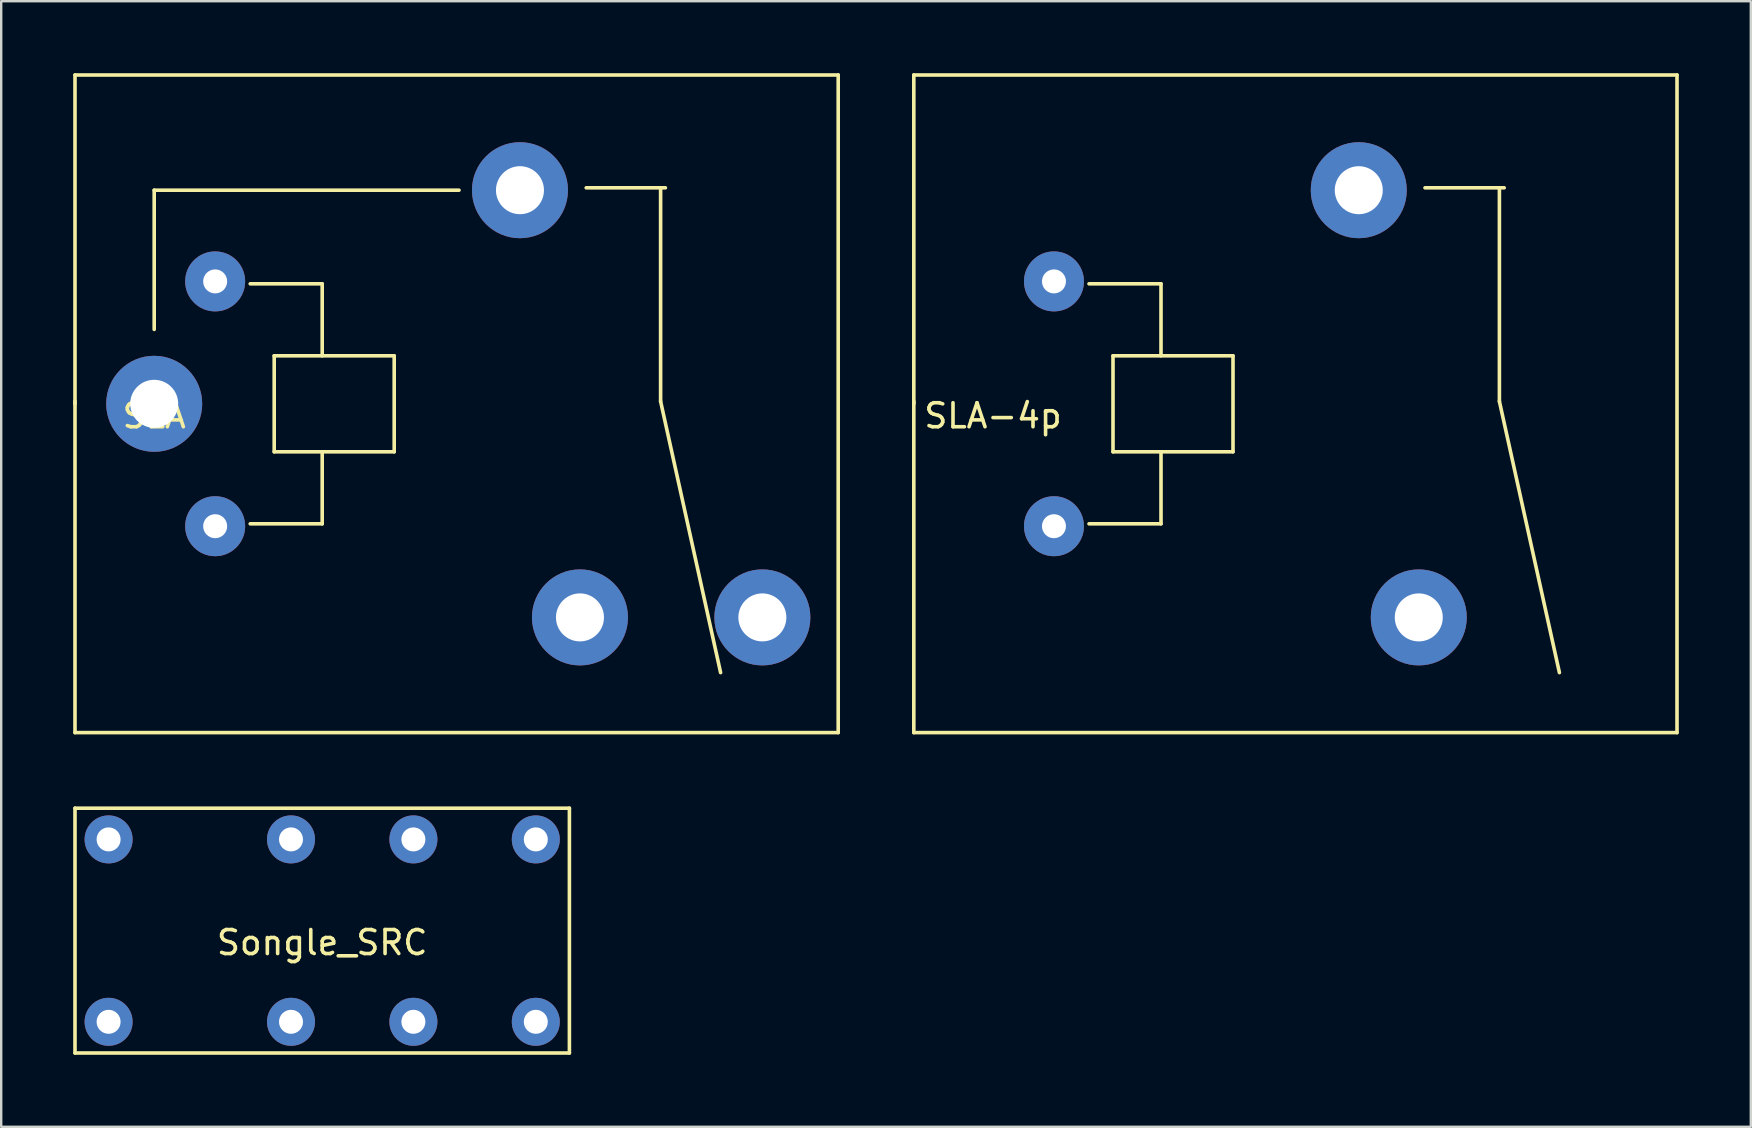
<source format=kicad_pcb>
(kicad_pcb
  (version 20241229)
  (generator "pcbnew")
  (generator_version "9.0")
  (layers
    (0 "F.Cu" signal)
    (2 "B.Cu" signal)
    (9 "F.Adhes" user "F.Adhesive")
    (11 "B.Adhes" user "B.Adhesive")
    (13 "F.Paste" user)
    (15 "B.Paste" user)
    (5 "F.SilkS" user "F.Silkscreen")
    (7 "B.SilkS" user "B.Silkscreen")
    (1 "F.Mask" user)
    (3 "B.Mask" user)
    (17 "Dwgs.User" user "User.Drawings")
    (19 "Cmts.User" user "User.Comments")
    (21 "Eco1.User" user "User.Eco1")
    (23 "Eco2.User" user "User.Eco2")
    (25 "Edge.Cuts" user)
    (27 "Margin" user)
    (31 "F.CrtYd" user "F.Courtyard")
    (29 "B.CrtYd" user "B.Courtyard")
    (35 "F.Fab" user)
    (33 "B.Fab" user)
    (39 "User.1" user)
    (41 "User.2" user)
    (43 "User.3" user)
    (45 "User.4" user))
  (footprint "Songle_SRC"
    (layer "F.Cu")
    (at 10.375 35.725)
    (property "Reference" "Songle_SRC" (at 0 0.5 0) (layer "F.SilkS") (effects (font (size 1 1) (thickness 0.15))))
    (attr through_hole)
    (fp_line (start -10.3 -5.1) (end 10.3 -5.1) (stroke (width 0.15) (type solid)) (layer "F.SilkS"))
    (fp_line (start -10.3 5.1) (end -10.3 -5.1) (stroke (width 0.15) (type solid)) (layer "F.SilkS"))
    (fp_line (start 10.3 -5.1) (end 10.3 5.1) (stroke (width 0.15) (type solid)) (layer "F.SilkS"))
    (fp_line (start 10.3 5.1) (end -10.3 5.1) (stroke (width 0.15) (type solid)) (layer "F.SilkS"))
    (pad "1" thru_hole circle (at -8.9 -3.8) (size 2 2) (drill 1) (layers "*.Cu" "*.Mask"))
    (pad "2" thru_hole circle (at -8.9 3.8) (size 2 2) (drill 1) (layers "*.Cu" "*.Mask"))
    (pad "3" thru_hole circle (at -1.3 -3.8) (size 2 2) (drill 1) (layers "*.Cu" "*.Mask"))
    (pad "4" thru_hole circle (at 3.8 -3.8) (size 2 2) (drill 1) (layers "*.Cu" "*.Mask"))
    (pad "5" thru_hole circle (at 8.9 -3.8) (size 2 2) (drill 1) (layers "*.Cu" "*.Mask"))
    (pad "6" thru_hole circle (at -1.3 3.8) (size 2 2) (drill 1) (layers "*.Cu" "*.Mask"))
    (pad "7" thru_hole circle (at 3.8 3.8) (size 2 2) (drill 1) (layers "*.Cu" "*.Mask"))
    (pad "8" thru_hole circle (at 8.9 3.8) (size 2 2) (drill 1) (layers "*.Cu" "*.Mask")))
  (footprint "SLA"
    (layer "F.Cu")
    (at 3.375 13.775)
    (property "Reference" "SLA" (at 0 0.5 0) (layer "F.SilkS") (effects (font (size 1 1) (thickness 0.15))))
    (attr through_hole)
    (fp_line (start -3.3 -13.7) (end 28.5 -13.7) (stroke (width 0.15) (type solid)) (layer "F.SilkS"))
    (fp_line (start -3.3 0) (end -3.3 -13.7) (stroke (width 0.15) (type solid)) (layer "F.SilkS"))
    (fp_line (start -3.3 13.7) (end -3.3 -0.1) (stroke (width 0.15) (type solid)) (layer "F.SilkS"))
    (fp_line (start 0 -8.9) (end 12.7 -8.9) (stroke (width 0.15) (type solid)) (layer "F.SilkS"))
    (fp_line (start 0 -3.1) (end 0 -8.9) (stroke (width 0.15) (type solid)) (layer "F.SilkS"))
    (fp_line (start 4 -5) (end 7 -5) (stroke (width 0.15) (type solid)) (layer "F.SilkS"))
    (fp_line (start 5 -2) (end 10 -2) (stroke (width 0.15) (type solid)) (layer "F.SilkS"))
    (fp_line (start 5 2) (end 5 -2) (stroke (width 0.15) (type solid)) (layer "F.SilkS"))
    (fp_line (start 7 -5) (end 7 -2) (stroke (width 0.15) (type solid)) (layer "F.SilkS"))
    (fp_line (start 7 2) (end 7 5) (stroke (width 0.15) (type solid)) (layer "F.SilkS"))
    (fp_line (start 7 5) (end 4 5) (stroke (width 0.15) (type solid)) (layer "F.SilkS"))
    (fp_line (start 10 -2) (end 10 2) (stroke (width 0.15) (type solid)) (layer "F.SilkS"))
    (fp_line (start 10 2) (end 5 2) (stroke (width 0.15) (type solid)) (layer "F.SilkS"))
    (fp_line (start 18 -9) (end 21.3 -9) (stroke (width 0.15) (type solid)) (layer "F.SilkS"))
    (fp_line (start 21.1 -9) (end 21.1 -0.1) (stroke (width 0.15) (type solid)) (layer "F.SilkS"))
    (fp_line (start 21.1 -0.1) (end 23.6 11.2) (stroke (width 0.15) (type solid)) (layer "F.SilkS"))
    (fp_line (start 28.5 -13.7) (end 28.5 13.7) (stroke (width 0.15) (type solid)) (layer "F.SilkS"))
    (fp_line (start 28.5 13.7) (end -3.3 13.7) (stroke (width 0.15) (type solid)) (layer "F.SilkS"))
    (pad "1" thru_hole circle (at 0 0) (size 4 4) (drill 2) (layers "*.Cu" "*.Mask"))
    (pad "1" thru_hole circle (at 15.24 -8.9) (size 4 4) (drill 2) (layers "*.Cu" "*.Mask"))
    (pad "2" thru_hole circle (at 2.54 5.1) (size 2.5 2.5) (drill 1) (layers "*.Cu" "*.Mask"))
    (pad "3" thru_hole circle (at 17.74 8.9) (size 4 4) (drill 2) (layers "*.Cu" "*.Mask"))
    (pad "4" thru_hole circle (at 25.34 8.9) (size 4 4) (drill 2) (layers "*.Cu" "*.Mask"))
    (pad "5" thru_hole circle (at 2.54 -5.1) (size 2.5 2.5) (drill 1) (layers "*.Cu" "*.Mask")))
  (footprint "SLA-4p"
    (layer "F.Cu")
    (at 38.325 13.775)
    (property "Reference" "SLA-4p" (at 0 0.5 0) (layer "F.SilkS") (effects (font (size 1 1) (thickness 0.15))))
    (attr through_hole)
    (fp_line (start -3.3 -13.7) (end 28.5 -13.7) (stroke (width 0.15) (type solid)) (layer "F.SilkS"))
    (fp_line (start -3.3 0) (end -3.3 -13.7) (stroke (width 0.15) (type solid)) (layer "F.SilkS"))
    (fp_line (start -3.3 13.7) (end -3.3 -0.1) (stroke (width 0.15) (type solid)) (layer "F.SilkS"))
    (fp_line (start 4 -5) (end 7 -5) (stroke (width 0.15) (type solid)) (layer "F.SilkS"))
    (fp_line (start 5 -2) (end 10 -2) (stroke (width 0.15) (type solid)) (layer "F.SilkS"))
    (fp_line (start 5 2) (end 5 -2) (stroke (width 0.15) (type solid)) (layer "F.SilkS"))
    (fp_line (start 7 -5) (end 7 -2) (stroke (width 0.15) (type solid)) (layer "F.SilkS"))
    (fp_line (start 7 2) (end 7 5) (stroke (width 0.15) (type solid)) (layer "F.SilkS"))
    (fp_line (start 7 5) (end 4 5) (stroke (width 0.15) (type solid)) (layer "F.SilkS"))
    (fp_line (start 10 -2) (end 10 2) (stroke (width 0.15) (type solid)) (layer "F.SilkS"))
    (fp_line (start 10 2) (end 5 2) (stroke (width 0.15) (type solid)) (layer "F.SilkS"))
    (fp_line (start 18 -9) (end 21.3 -9) (stroke (width 0.15) (type solid)) (layer "F.SilkS"))
    (fp_line (start 21.1 -9) (end 21.1 -0.1) (stroke (width 0.15) (type solid)) (layer "F.SilkS"))
    (fp_line (start 21.1 -0.1) (end 23.6 11.2) (stroke (width 0.15) (type solid)) (layer "F.SilkS"))
    (fp_line (start 28.5 -13.7) (end 28.5 13.7) (stroke (width 0.15) (type solid)) (layer "F.SilkS"))
    (fp_line (start 28.5 13.7) (end -3.3 13.7) (stroke (width 0.15) (type solid)) (layer "F.SilkS"))
    (pad "1" thru_hole circle (at 15.24 -8.9) (size 4 4) (drill 2) (layers "*.Cu" "*.Mask"))
    (pad "2" thru_hole circle (at 2.54 5.1) (size 2.5 2.5) (drill 1) (layers "*.Cu" "*.Mask"))
    (pad "3" thru_hole circle (at 17.74 8.9) (size 4 4) (drill 2) (layers "*.Cu" "*.Mask"))
    (pad "5" thru_hole circle (at 2.54 -5.1) (size 2.5 2.5) (drill 1) (layers "*.Cu" "*.Mask")))
  (gr_rect
    (start -3 -3)
    (end 69.9 43.9)
    (stroke (width 0.1) (type default))
    (fill no)
    (layer "Edge.Cuts")))
</source>
